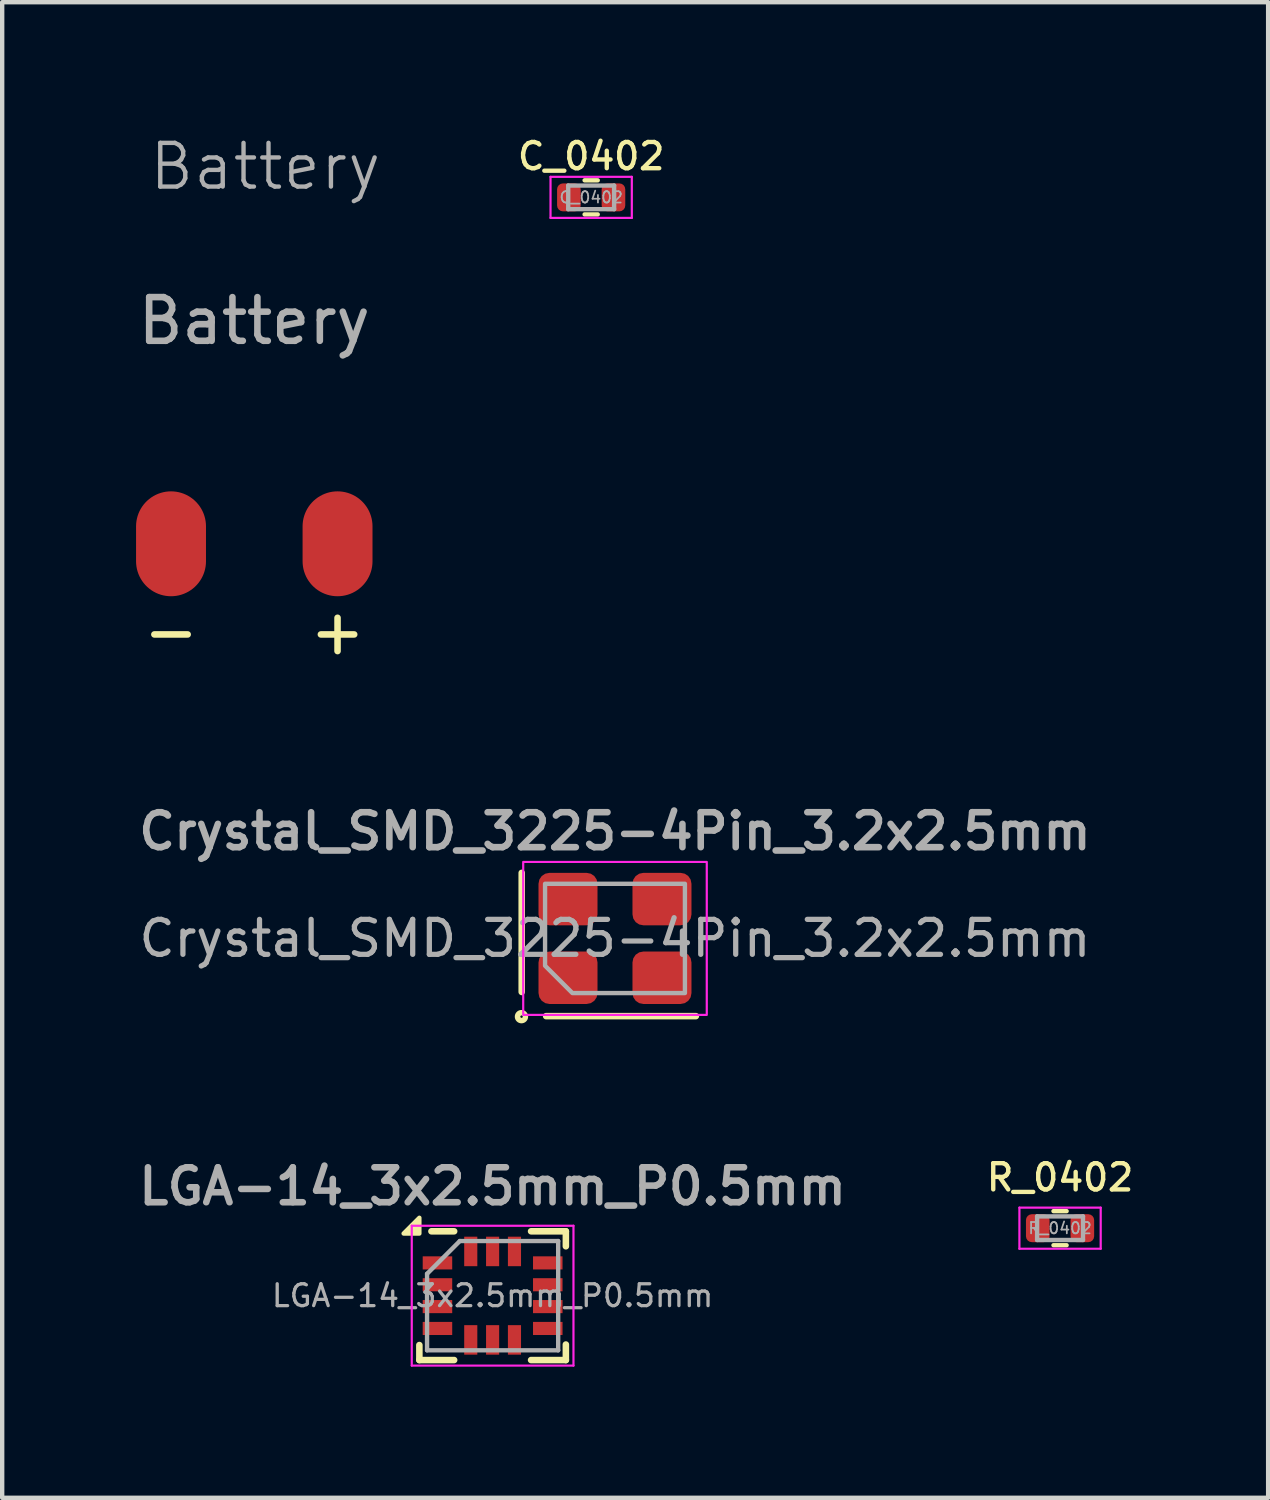
<source format=kicad_pcb>
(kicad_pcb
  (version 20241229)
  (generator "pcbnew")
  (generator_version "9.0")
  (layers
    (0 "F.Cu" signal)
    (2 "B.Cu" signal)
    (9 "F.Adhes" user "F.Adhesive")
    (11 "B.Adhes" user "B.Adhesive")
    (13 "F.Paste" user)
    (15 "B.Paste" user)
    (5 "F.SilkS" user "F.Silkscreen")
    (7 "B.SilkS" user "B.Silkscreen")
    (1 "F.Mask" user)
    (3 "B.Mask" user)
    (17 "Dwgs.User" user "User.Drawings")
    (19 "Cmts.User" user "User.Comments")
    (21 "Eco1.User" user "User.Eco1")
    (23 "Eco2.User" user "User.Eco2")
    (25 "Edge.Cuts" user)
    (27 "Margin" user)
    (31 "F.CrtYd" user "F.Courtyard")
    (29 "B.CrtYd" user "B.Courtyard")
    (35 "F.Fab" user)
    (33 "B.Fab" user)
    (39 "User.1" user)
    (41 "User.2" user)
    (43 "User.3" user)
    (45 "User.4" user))
  (footprint "C_0402"
    (layer "F.Cu")
    (at 10.476 1.466)
    (property "Reference" "C_0402" (at 0 -0.94 0) (layer "F.SilkS") (effects (font (size 0.6 0.6) (thickness 0.1))))
    (attr smd)
    (fp_line (start -0.15 -0.39) (end 0.15 -0.39) (stroke (width 0.1) (type solid)) (layer "F.SilkS"))
    (fp_line (start -0.15 0.39) (end 0.15 0.39) (stroke (width 0.1) (type solid)) (layer "F.SilkS"))
    (fp_line (start -0.93 -0.47) (end 0.93 -0.47) (stroke (width 0.05) (type solid)) (layer "F.CrtYd"))
    (fp_line (start -0.93 0.47) (end -0.93 -0.47) (stroke (width 0.05) (type solid)) (layer "F.CrtYd"))
    (fp_line (start 0.93 -0.47) (end 0.93 0.47) (stroke (width 0.05) (type solid)) (layer "F.CrtYd"))
    (fp_line (start 0.93 0.47) (end -0.93 0.47) (stroke (width 0.05) (type solid)) (layer "F.CrtYd"))
    (fp_line (start -0.525 -0.27) (end 0.525 -0.27) (stroke (width 0.1) (type solid)) (layer "F.Fab"))
    (fp_line (start -0.525 0.27) (end -0.525 -0.27) (stroke (width 0.1) (type solid)) (layer "F.Fab"))
    (fp_line (start 0.525 -0.27) (end 0.525 0.27) (stroke (width 0.1) (type solid)) (layer "F.Fab"))
    (fp_line (start 0.525 0.27) (end -0.525 0.27) (stroke (width 0.1) (type solid)) (layer "F.Fab"))
    (fp_text user "${REFERENCE}" (at 0 0 0) (layer "F.Fab") (effects (font (size 0.26 0.26) (thickness 0.04))))
    (pad "1" smd roundrect (at -0.51 0) (size 0.54 0.64) (layers "F.Cu" "F.Mask" "F.Paste") (roundrect_rratio 0.25))
    (pad "2" smd roundrect (at 0.51 0) (size 0.54 0.64) (layers "F.Cu" "F.Mask" "F.Paste") (roundrect_rratio 0.25)))
  (footprint "LGA-14_3x2.5mm_P0.5mm"
    (layer "F.Cu")
    (at 8.221 26.595)
    (property "Reference" "LGA-14_3x2.5mm_P0.5mm" (at 0 -2.5 0) (layer "F.Fab") (effects (font (size 0.8 0.8) (thickness 0.15))))
    (attr smd)
    (fp_line (start -1.676 1.473) (end -1.676 1.13) (stroke (width 0.15) (type solid)) (layer "F.SilkS"))
    (fp_line (start -1.676 1.473) (end -0.88 1.473) (stroke (width 0.15) (type solid)) (layer "F.SilkS"))
    (fp_line (start -1.4 -1.473) (end -0.88 -1.473) (stroke (width 0.15) (type solid)) (layer "F.SilkS"))
    (fp_line (start 0.88 -1.473) (end 1.676 -1.473) (stroke (width 0.15) (type solid)) (layer "F.SilkS"))
    (fp_line (start 1.676 -1.473) (end 1.676 -1.13) (stroke (width 0.15) (type solid)) (layer "F.SilkS"))
    (fp_line (start 1.676 1.118) (end 1.676 1.473) (stroke (width 0.15) (type solid)) (layer "F.SilkS"))
    (fp_line (start 1.676 1.473) (end 0.88 1.473) (stroke (width 0.15) (type solid)) (layer "F.SilkS"))
    (fp_poly (pts (xy -1.676 -1.422) (xy -2.036 -1.422) (xy -1.676 -1.782) (xy -1.676 -1.422)) (stroke (width 0.1) (type solid)) (fill yes) (layer "F.SilkS"))
    (fp_line (start -1.85 -1.6) (end 1.85 -1.6) (stroke (width 0.05) (type solid)) (layer "F.CrtYd"))
    (fp_line (start -1.85 1.6) (end -1.85 -1.6) (stroke (width 0.05) (type solid)) (layer "F.CrtYd"))
    (fp_line (start 1.85 -1.6) (end 1.85 1.6) (stroke (width 0.05) (type solid)) (layer "F.CrtYd"))
    (fp_line (start 1.85 1.6) (end -1.85 1.6) (stroke (width 0.05) (type solid)) (layer "F.CrtYd"))
    (fp_line (start -1.5 1.25) (end -1.5 -0.5) (stroke (width 0.1) (type solid)) (layer "F.Fab"))
    (fp_line (start -0.75 -1.25) (end -1.5 -0.5) (stroke (width 0.1) (type solid)) (layer "F.Fab"))
    (fp_line (start -0.75 -1.25) (end 1.5 -1.25) (stroke (width 0.1) (type solid)) (layer "F.Fab"))
    (fp_line (start 1.5 -1.25) (end 1.5 1.25) (stroke (width 0.1) (type solid)) (layer "F.Fab"))
    (fp_line (start 1.5 1.25) (end -1.5 1.25) (stroke (width 0.1) (type solid)) (layer "F.Fab"))
    (fp_text user "${REFERENCE}" (at 0 0 0) (layer "F.Fab") (effects (font (size 0.5 0.5) (thickness 0.075))))
    (pad "1" smd rect (at -1.262 -0.75) (size 0.675 0.3) (layers "F.Cu" "F.Mask" "F.Paste"))
    (pad "2" smd rect (at -1.262 -0.25) (size 0.675 0.3) (layers "F.Cu" "F.Mask" "F.Paste"))
    (pad "3" smd rect (at -1.262 0.25) (size 0.675 0.3) (layers "F.Cu" "F.Mask" "F.Paste"))
    (pad "4" smd rect (at -1.262 0.75) (size 0.675 0.3) (layers "F.Cu" "F.Mask" "F.Paste"))
    (pad "5" smd rect (at -0.5 1.012) (size 0.3 0.675) (layers "F.Cu" "F.Mask" "F.Paste"))
    (pad "6" smd rect (at 0 1.012) (size 0.3 0.675) (layers "F.Cu" "F.Mask" "F.Paste"))
    (pad "7" smd rect (at 0.5 1.012) (size 0.3 0.675) (layers "F.Cu" "F.Mask" "F.Paste"))
    (pad "8" smd rect (at 1.262 0.75) (size 0.675 0.3) (layers "F.Cu" "F.Mask" "F.Paste"))
    (pad "9" smd rect (at 1.262 0.25) (size 0.675 0.3) (layers "F.Cu" "F.Mask" "F.Paste"))
    (pad "10" smd rect (at 1.262 -0.25) (size 0.675 0.3) (layers "F.Cu" "F.Mask" "F.Paste"))
    (pad "11" smd rect (at 1.262 -0.75) (size 0.675 0.3) (layers "F.Cu" "F.Mask" "F.Paste"))
    (pad "12" smd rect (at 0.5 -1.012) (size 0.3 0.675) (layers "F.Cu" "F.Mask" "F.Paste"))
    (pad "13" smd rect (at 0 -1.012) (size 0.3 0.675) (layers "F.Cu" "F.Mask" "F.Paste"))
    (pad "14" smd rect (at -0.5 -1.012) (size 0.3 0.675) (layers "F.Cu" "F.Mask" "F.Paste"))
    (zone (net_name "") (layer "F.Cu") (hatch edge 0.5) (connect_pads) (min_thickness 0.25) (filled_areas_thickness no) (keepout (tracks not_allowed) (vias not_allowed) (pads not_allowed) (copperpour not_allowed) (footprints allowed)) (placement (enabled no)) (fill) (polygon (pts (xy 7.421 26.045) (xy 9.021 26.045) (xy 9.021 27.145) (xy 7.421 27.145))))
    (zone (net_name "") (layers "F.Cu" "B.Cu") (hatch edge 0.5) (connect_pads) (min_thickness 0.25) (filled_areas_thickness no) (keepout (tracks allowed) (vias not_allowed) (pads allowed) (copperpour allowed) (footprints allowed)) (placement (enabled no)) (fill) (polygon (pts (xy 7.421 26.045) (xy 9.021 26.045) (xy 9.021 27.145) (xy 7.421 27.145)))))
  (footprint "R_0402"
    (layer "F.Cu")
    (at 21.204 25.051)
    (property "Reference" "R_0402" (at 0 -1.16 0) (layer "F.SilkS") (effects (font (size 0.6 0.6) (thickness 0.1))))
    (attr smd)
    (fp_line (start -0.15 -0.39) (end 0.15 -0.39) (stroke (width 0.1) (type solid)) (layer "F.SilkS"))
    (fp_line (start -0.15 0.39) (end 0.15 0.39) (stroke (width 0.1) (type solid)) (layer "F.SilkS"))
    (fp_line (start -0.93 -0.47) (end 0.93 -0.47) (stroke (width 0.05) (type solid)) (layer "F.CrtYd"))
    (fp_line (start -0.93 0.47) (end -0.93 -0.47) (stroke (width 0.05) (type solid)) (layer "F.CrtYd"))
    (fp_line (start 0.93 -0.47) (end 0.93 0.47) (stroke (width 0.05) (type solid)) (layer "F.CrtYd"))
    (fp_line (start 0.93 0.47) (end -0.93 0.47) (stroke (width 0.05) (type solid)) (layer "F.CrtYd"))
    (fp_line (start -0.525 -0.27) (end 0.525 -0.27) (stroke (width 0.1) (type solid)) (layer "F.Fab"))
    (fp_line (start -0.525 0.27) (end -0.525 -0.27) (stroke (width 0.1) (type solid)) (layer "F.Fab"))
    (fp_line (start 0.525 -0.27) (end 0.525 0.27) (stroke (width 0.1) (type solid)) (layer "F.Fab"))
    (fp_line (start 0.525 0.27) (end -0.525 0.27) (stroke (width 0.1) (type solid)) (layer "F.Fab"))
    (fp_text user "${REFERENCE}" (at 0 0 0) (layer "F.Fab") (effects (font (size 0.26 0.26) (thickness 0.04))))
    (pad "1" smd roundrect (at -0.51 0) (size 0.54 0.64) (layers "F.Cu" "F.Mask" "F.Paste") (roundrect_rratio 0.25))
    (pad "2" smd roundrect (at 0.51 0) (size 0.54 0.64) (layers "F.Cu" "F.Mask" "F.Paste") (roundrect_rratio 0.25)))
  (footprint "Battery"
    (layer "F.Cu")
    (at 2.768 8.992)
    (property "Reference" "Battery" (at 0.254 -8.231 0) (unlocked yes) (layer "F.Fab") (effects (font (size 1 1) (thickness 0.1))))
    (attr through_hole)
    (fp_text user "-" (at -1.905 2.4 0) (unlocked yes) (layer "F.SilkS") (effects (font (size 1 1) (thickness 0.15))))
    (fp_text user "+" (at 1.905 2.4 0) (unlocked yes) (layer "F.SilkS") (effects (font (size 1 1) (thickness 0.15))))
    (fp_text user "${REFERENCE}" (at 0 -4.699 0) (unlocked yes) (layer "F.Fab") (effects (font (size 1 1) (thickness 0.15))))
    (pad "1" smd oval (at 1.905 0.4) (size 1.6 2.4) (layers "F.Cu" "F.Mask"))
    (pad "2" smd oval (at -1.905 0.4) (size 1.6 2.4) (layers "F.Cu" "F.Mask")))
  (footprint "Crystal_SMD_3225-4Pin_3.2x2.5mm"
    (layer "F.Cu")
    (at 11.021 18.421)
    (property "Reference" "Crystal_SMD_3225-4Pin_3.2x2.5mm" (at 0 -2.45 0) (layer "F.Fab") (effects (font (size 0.8 0.8) (thickness 0.15))))
    (attr smd)
    (fp_line (start -2.134 -1.5) (end -2.134 1.225) (stroke (width 0.15) (type solid)) (layer "F.SilkS"))
    (fp_line (start -1.575 1.778) (end 1.85 1.778) (stroke (width 0.15) (type solid)) (layer "F.SilkS"))
    (fp_circle (center -2.14 1.79) (end -2.037 1.79) (stroke (width 0.1) (type solid)) (fill no) (layer "F.SilkS"))
    (fp_circle (center -2.138 1.79) (end -2.11 1.79) (stroke (width 0.1) (type default)) (fill no) (layer "F.SilkS"))
    (fp_rect (start -2.1 -1.75) (end 2.1 1.75) (stroke (width 0.05) (type solid)) (fill no) (layer "F.CrtYd"))
    (fp_poly (pts (xy -1.6 -1.25) (xy -1.6 0.625) (xy -0.975 1.25) (xy 1.6 1.25) (xy 1.6 -1.25)) (stroke (width 0.1) (type solid)) (fill no) (layer "F.Fab"))
    (fp_text user "${REFERENCE}" (at 0 0 0) (layer "F.Fab") (effects (font (size 0.8 0.8) (thickness 0.12))))
    (pad "1" smd roundrect (at -1.075 0.9) (size 1.35 1.2) (layers "F.Cu" "F.Mask" "F.Paste") (roundrect_rratio 0.208))
    (pad "2" smd roundrect (at 1.075 0.9) (size 1.35 1.2) (layers "F.Cu" "F.Mask" "F.Paste") (roundrect_rratio 0.208))
    (pad "3" smd roundrect (at 1.075 -0.9) (size 1.35 1.2) (layers "F.Cu" "F.Mask" "F.Paste") (roundrect_rratio 0.208))
    (pad "4" smd roundrect (at -1.075 -0.9) (size 1.35 1.2) (layers "F.Cu" "F.Mask" "F.Paste") (roundrect_rratio 0.208)))
  (gr_rect
    (start -3 -3)
    (end 25.965 31.22)
    (stroke (width 0.1) (type default))
    (fill no)
    (layer "Edge.Cuts")))
</source>
